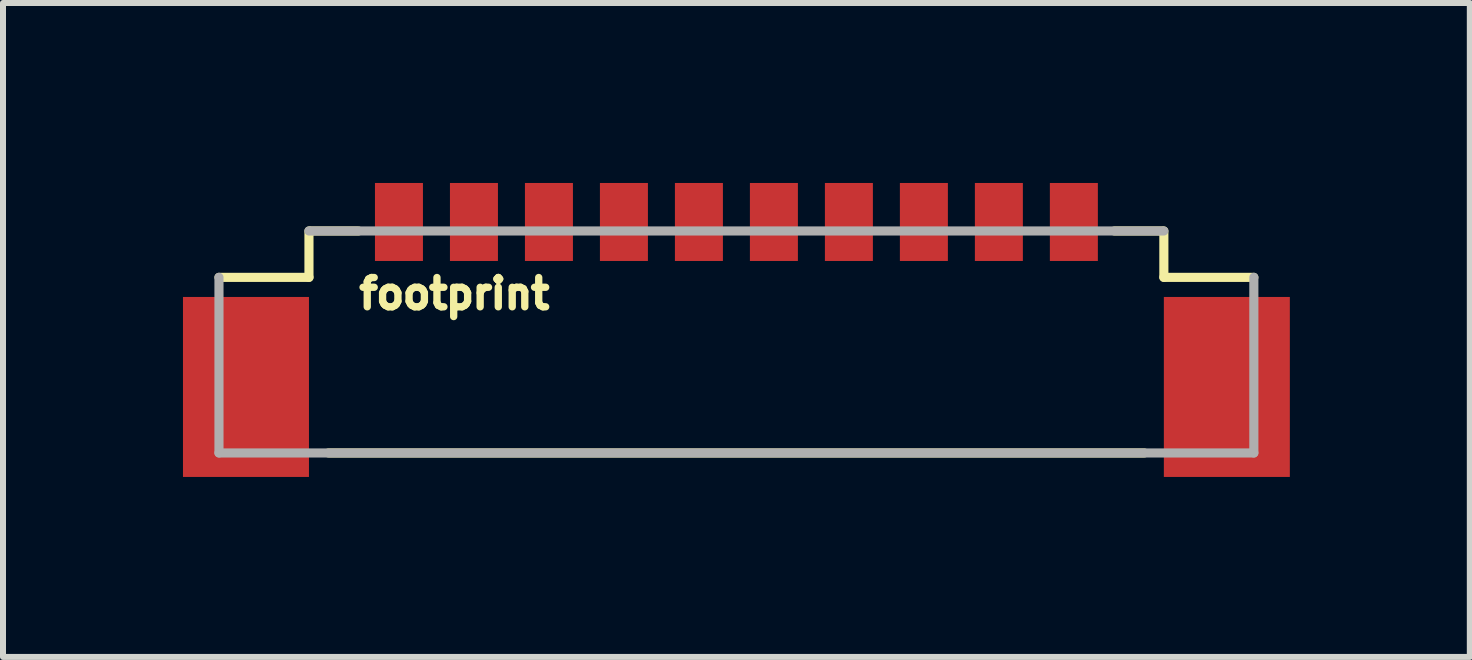
<source format=kicad_pcb>
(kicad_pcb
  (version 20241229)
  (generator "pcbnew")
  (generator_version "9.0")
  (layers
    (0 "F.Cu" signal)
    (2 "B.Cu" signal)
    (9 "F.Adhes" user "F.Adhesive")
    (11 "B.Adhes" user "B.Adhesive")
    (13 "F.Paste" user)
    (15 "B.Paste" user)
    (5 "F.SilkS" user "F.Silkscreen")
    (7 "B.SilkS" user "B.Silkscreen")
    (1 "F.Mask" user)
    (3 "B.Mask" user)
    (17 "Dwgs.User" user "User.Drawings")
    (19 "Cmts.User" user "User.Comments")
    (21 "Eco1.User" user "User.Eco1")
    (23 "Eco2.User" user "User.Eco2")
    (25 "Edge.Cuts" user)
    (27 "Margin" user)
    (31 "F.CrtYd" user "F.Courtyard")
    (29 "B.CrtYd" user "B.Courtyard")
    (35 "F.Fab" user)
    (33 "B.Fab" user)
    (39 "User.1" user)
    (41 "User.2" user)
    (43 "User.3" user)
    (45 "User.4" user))
  (footprint "footprint"
    (layer "F.Cu")
    (at 9.225 3.4)
    (property "Reference" "footprint" (at -6.35 -1.27 0) (layer "F.SilkS") (effects (font (size 0.488 0.488) (thickness 0.122)) (justify left bottom)))
    (fp_line (start -7.125 -2.6) (end -7.125 -1.827) (stroke (width 0.152) (type solid)) (layer "F.SilkS"))
    (fp_line (start -7.125 -1.827) (end -8.625 -1.827) (stroke (width 0.152) (type solid)) (layer "F.SilkS"))
    (fp_line (start -7.1 -2.6) (end -6.3 -2.6) (stroke (width 0.152) (type solid)) (layer "F.SilkS"))
    (fp_line (start -6.8 1.1) (end 6.8 1.1) (stroke (width 0.152) (type solid)) (layer "F.SilkS"))
    (fp_line (start 7.1 -2.6) (end 6.3 -2.6) (stroke (width 0.152) (type solid)) (layer "F.SilkS"))
    (fp_line (start 7.125 -2.6) (end 7.125 -1.827) (stroke (width 0.152) (type solid)) (layer "F.SilkS"))
    (fp_line (start 7.125 -1.827) (end 8.625 -1.827) (stroke (width 0.152) (type solid)) (layer "F.SilkS"))
    (fp_line (start -8.625 1.1) (end -8.625 -1.827) (stroke (width 0.152) (type solid)) (layer "F.Fab"))
    (fp_line (start -7.125 -2.6) (end 7.125 -2.6) (stroke (width 0.152) (type solid)) (layer "F.Fab"))
    (fp_line (start 8.625 1.1) (end -8.625 1.1) (stroke (width 0.152) (type solid)) (layer "F.Fab"))
    (fp_line (start 8.625 1.1) (end 8.625 -1.827) (stroke (width 0.152) (type solid)) (layer "F.Fab"))
    (pad "1" smd rect (at -5.625 -2.75) (size 0.8 1.3) (layers "F.Cu" "F.Mask" "F.Paste"))
    (pad "2" smd rect (at -4.375 -2.75) (size 0.8 1.3) (layers "F.Cu" "F.Mask" "F.Paste"))
    (pad "3" smd rect (at -3.125 -2.75) (size 0.8 1.3) (layers "F.Cu" "F.Mask" "F.Paste"))
    (pad "4" smd rect (at -1.875 -2.75) (size 0.8 1.3) (layers "F.Cu" "F.Mask" "F.Paste"))
    (pad "5" smd rect (at -0.625 -2.75) (size 0.8 1.3) (layers "F.Cu" "F.Mask" "F.Paste"))
    (pad "6" smd rect (at 0.625 -2.75) (size 0.8 1.3) (layers "F.Cu" "F.Mask" "F.Paste"))
    (pad "7" smd rect (at 1.875 -2.75) (size 0.8 1.3) (layers "F.Cu" "F.Mask" "F.Paste"))
    (pad "8" smd rect (at 3.125 -2.75) (size 0.8 1.3) (layers "F.Cu" "F.Mask" "F.Paste"))
    (pad "9" smd rect (at 4.375 -2.75) (size 0.8 1.3) (layers "F.Cu" "F.Mask" "F.Paste"))
    (pad "10" smd rect (at 5.625 -2.75) (size 0.8 1.3) (layers "F.Cu" "F.Mask" "F.Paste"))
    (pad "NC1" smd rect (at -8.175 0 270) (size 3 2.1) (layers "F.Cu" "F.Mask" "F.Paste"))
    (pad "NC2" smd rect (at 8.175 0 270) (size 3 2.1) (layers "F.Cu" "F.Mask" "F.Paste")))
  (gr_rect
    (start -3 -3)
    (end 21.45 7.9)
    (stroke (width 0.1) (type default))
    (fill no)
    (layer "Edge.Cuts")))
</source>
